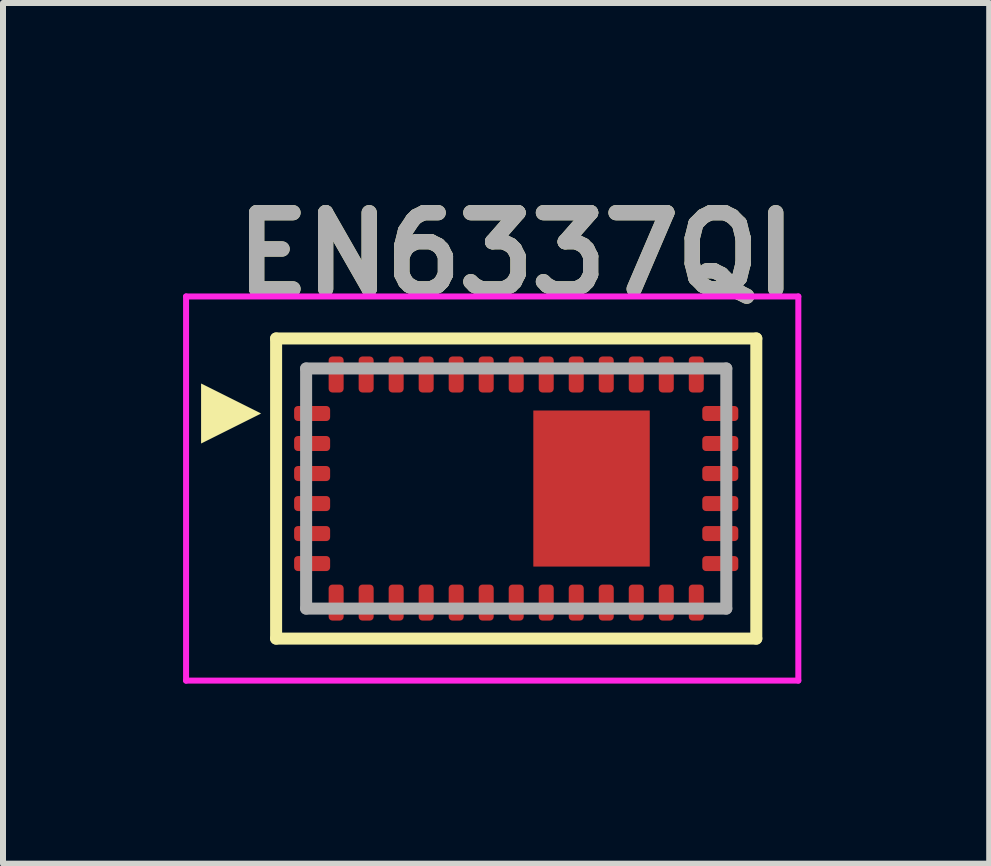
<source format=kicad_pcb>
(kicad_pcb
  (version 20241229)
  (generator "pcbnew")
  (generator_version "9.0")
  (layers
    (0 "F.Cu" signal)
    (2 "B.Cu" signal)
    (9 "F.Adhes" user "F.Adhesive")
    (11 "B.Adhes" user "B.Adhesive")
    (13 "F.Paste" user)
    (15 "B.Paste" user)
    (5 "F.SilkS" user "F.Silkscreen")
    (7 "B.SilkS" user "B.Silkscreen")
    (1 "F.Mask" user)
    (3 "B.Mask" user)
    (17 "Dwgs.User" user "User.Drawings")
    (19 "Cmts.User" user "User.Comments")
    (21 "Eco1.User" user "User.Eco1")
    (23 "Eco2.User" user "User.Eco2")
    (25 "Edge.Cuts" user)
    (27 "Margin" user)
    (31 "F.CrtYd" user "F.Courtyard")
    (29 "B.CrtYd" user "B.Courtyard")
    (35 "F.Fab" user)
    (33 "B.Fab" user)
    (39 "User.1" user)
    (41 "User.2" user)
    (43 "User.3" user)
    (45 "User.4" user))
  (footprint "EN6337QI"
    (layer "F.Cu")
    (at 5.55 5.089)
    (property "Reference" "EN6337QI" (at 0 -3.9 0) (layer "F.SilkS") (effects (font (size 1.27 1.27) (thickness 0.254))))
    (attr smd)
    (fp_line (start -4 -2.5) (end -4 2.5) (stroke (width 0.2) (type solid)) (layer "F.SilkS"))
    (fp_line (start -4 2.5) (end 4 2.5) (stroke (width 0.2) (type solid)) (layer "F.SilkS"))
    (fp_line (start 4 -2.5) (end -4 -2.5) (stroke (width 0.2) (type solid)) (layer "F.SilkS"))
    (fp_line (start 4 -2.5) (end 4 2.5) (stroke (width 0.2) (type solid)) (layer "F.SilkS"))
    (fp_poly (pts (xy -4.25 -1.25) (xy -5.25 -0.75) (xy -5.25 -1.75)) (stroke (width 0) (type solid)) (fill yes) (layer "F.SilkS"))
    (fp_line (start -5.5 -3.2) (end 4.7 -3.2) (stroke (width 0.1) (type solid)) (layer "F.CrtYd"))
    (fp_line (start -5.5 3.2) (end -5.5 -3.2) (stroke (width 0.1) (type solid)) (layer "F.CrtYd"))
    (fp_line (start 4.7 -3.2) (end 4.7 3.2) (stroke (width 0.1) (type solid)) (layer "F.CrtYd"))
    (fp_line (start 4.7 3.2) (end -5.5 3.2) (stroke (width 0.1) (type solid)) (layer "F.CrtYd"))
    (fp_line (start -3.5 -2) (end -3.5 2) (stroke (width 0.2) (type solid)) (layer "F.Fab"))
    (fp_line (start -3.5 2) (end 3.5 2) (stroke (width 0.2) (type solid)) (layer "F.Fab"))
    (fp_line (start 3.5 -2) (end -3.5 -2) (stroke (width 0.2) (type solid)) (layer "F.Fab"))
    (fp_line (start 3.5 2) (end 3.5 -2) (stroke (width 0.2) (type solid)) (layer "F.Fab"))
    (fp_text user "${REFERENCE}" (at 0 -3.9 0) (layer "F.Fab") (effects (font (size 1.27 1.27) (thickness 0.254))))
    (pad "1" smd roundrect (at -3.4 -1.25 90) (size 0.25 0.6) (layers "F.Cu" "F.Mask" "F.Paste") (roundrect_rratio 0.25))
    (pad "2" smd roundrect (at -3.4 -0.75 90) (size 0.25 0.6) (layers "F.Cu" "F.Mask" "F.Paste") (roundrect_rratio 0.25))
    (pad "3" smd roundrect (at -3.4 -0.25 90) (size 0.25 0.6) (layers "F.Cu" "F.Mask" "F.Paste") (roundrect_rratio 0.25))
    (pad "4" smd roundrect (at -3.4 0.25 90) (size 0.25 0.6) (layers "F.Cu" "F.Mask" "F.Paste") (roundrect_rratio 0.25))
    (pad "5" smd roundrect (at -3.4 0.75 90) (size 0.25 0.6) (layers "F.Cu" "F.Mask" "F.Paste") (roundrect_rratio 0.25))
    (pad "6" smd roundrect (at -3.4 1.25 90) (size 0.25 0.6) (layers "F.Cu" "F.Mask" "F.Paste") (roundrect_rratio 0.25))
    (pad "7" smd roundrect (at -3 1.9) (size 0.25 0.6) (layers "F.Cu" "F.Mask" "F.Paste") (roundrect_rratio 0.25))
    (pad "8" smd roundrect (at -2.5 1.9) (size 0.25 0.6) (layers "F.Cu" "F.Mask" "F.Paste") (roundrect_rratio 0.25))
    (pad "9" smd roundrect (at -2 1.9) (size 0.25 0.6) (layers "F.Cu" "F.Mask" "F.Paste") (roundrect_rratio 0.25))
    (pad "10" smd roundrect (at -1.5 1.9) (size 0.25 0.6) (layers "F.Cu" "F.Mask" "F.Paste") (roundrect_rratio 0.25))
    (pad "11" smd roundrect (at -1 1.9) (size 0.25 0.6) (layers "F.Cu" "F.Mask" "F.Paste") (roundrect_rratio 0.25))
    (pad "12" smd roundrect (at -0.5 1.9) (size 0.25 0.6) (layers "F.Cu" "F.Mask" "F.Paste") (roundrect_rratio 0.25))
    (pad "13" smd roundrect (at 0 1.9) (size 0.25 0.6) (layers "F.Cu" "F.Mask" "F.Paste") (roundrect_rratio 0.25))
    (pad "14" smd roundrect (at 0.5 1.9) (size 0.25 0.6) (layers "F.Cu" "F.Mask" "F.Paste") (roundrect_rratio 0.25))
    (pad "15" smd roundrect (at 1 1.9) (size 0.25 0.6) (layers "F.Cu" "F.Mask" "F.Paste") (roundrect_rratio 0.25))
    (pad "16" smd roundrect (at 1.5 1.9) (size 0.25 0.6) (layers "F.Cu" "F.Mask" "F.Paste") (roundrect_rratio 0.25))
    (pad "17" smd roundrect (at 2 1.9) (size 0.25 0.6) (layers "F.Cu" "F.Mask" "F.Paste") (roundrect_rratio 0.25))
    (pad "18" smd roundrect (at 2.5 1.9) (size 0.25 0.6) (layers "F.Cu" "F.Mask" "F.Paste") (roundrect_rratio 0.25))
    (pad "19" smd roundrect (at 3 1.9) (size 0.25 0.6) (layers "F.Cu" "F.Mask" "F.Paste") (roundrect_rratio 0.25))
    (pad "20" smd roundrect (at 3.4 1.25 90) (size 0.25 0.6) (layers "F.Cu" "F.Mask" "F.Paste") (roundrect_rratio 0.25))
    (pad "21" smd roundrect (at 3.4 0.75 90) (size 0.25 0.6) (layers "F.Cu" "F.Mask" "F.Paste") (roundrect_rratio 0.25))
    (pad "22" smd roundrect (at 3.4 0.25 90) (size 0.25 0.6) (layers "F.Cu" "F.Mask" "F.Paste") (roundrect_rratio 0.25))
    (pad "23" smd roundrect (at 3.4 -0.25 90) (size 0.25 0.6) (layers "F.Cu" "F.Mask" "F.Paste") (roundrect_rratio 0.25))
    (pad "24" smd roundrect (at 3.4 -0.75 90) (size 0.25 0.6) (layers "F.Cu" "F.Mask" "F.Paste") (roundrect_rratio 0.25))
    (pad "25" smd roundrect (at 3.4 -1.25 90) (size 0.25 0.6) (layers "F.Cu" "F.Mask" "F.Paste") (roundrect_rratio 0.25))
    (pad "26" smd roundrect (at 3 -1.9) (size 0.25 0.6) (layers "F.Cu" "F.Mask" "F.Paste") (roundrect_rratio 0.25))
    (pad "27" smd roundrect (at 2.5 -1.9) (size 0.25 0.6) (layers "F.Cu" "F.Mask" "F.Paste") (roundrect_rratio 0.25))
    (pad "28" smd roundrect (at 2 -1.9) (size 0.25 0.6) (layers "F.Cu" "F.Mask" "F.Paste") (roundrect_rratio 0.25))
    (pad "29" smd roundrect (at 1.5 -1.9) (size 0.25 0.6) (layers "F.Cu" "F.Mask" "F.Paste") (roundrect_rratio 0.25))
    (pad "30" smd roundrect (at 1 -1.9) (size 0.25 0.6) (layers "F.Cu" "F.Mask" "F.Paste") (roundrect_rratio 0.25))
    (pad "31" smd roundrect (at 0.5 -1.9) (size 0.25 0.6) (layers "F.Cu" "F.Mask" "F.Paste") (roundrect_rratio 0.25))
    (pad "32" smd roundrect (at 0 -1.9) (size 0.25 0.6) (layers "F.Cu" "F.Mask" "F.Paste") (roundrect_rratio 0.25))
    (pad "33" smd roundrect (at -0.5 -1.9) (size 0.25 0.6) (layers "F.Cu" "F.Mask" "F.Paste") (roundrect_rratio 0.25))
    (pad "34" smd roundrect (at -1 -1.9) (size 0.25 0.6) (layers "F.Cu" "F.Mask" "F.Paste") (roundrect_rratio 0.25))
    (pad "35" smd roundrect (at -1.5 -1.9) (size 0.25 0.6) (layers "F.Cu" "F.Mask" "F.Paste") (roundrect_rratio 0.25))
    (pad "36" smd roundrect (at -2 -1.9) (size 0.25 0.6) (layers "F.Cu" "F.Mask" "F.Paste") (roundrect_rratio 0.25))
    (pad "37" smd roundrect (at -2.5 -1.9) (size 0.25 0.6) (layers "F.Cu" "F.Mask" "F.Paste") (roundrect_rratio 0.25))
    (pad "38" smd roundrect (at -3 -1.9) (size 0.25 0.6) (layers "F.Cu" "F.Mask" "F.Paste") (roundrect_rratio 0.25))
    (pad "39" smd rect (at 1.255 0) (size 1.94 2.6) (layers "F.Cu" "F.Mask" "F.Paste")))
  (gr_rect
    (start -3 -3)
    (end 13.43 11.339)
    (stroke (width 0.1) (type default))
    (fill no)
    (layer "Edge.Cuts")))
</source>
